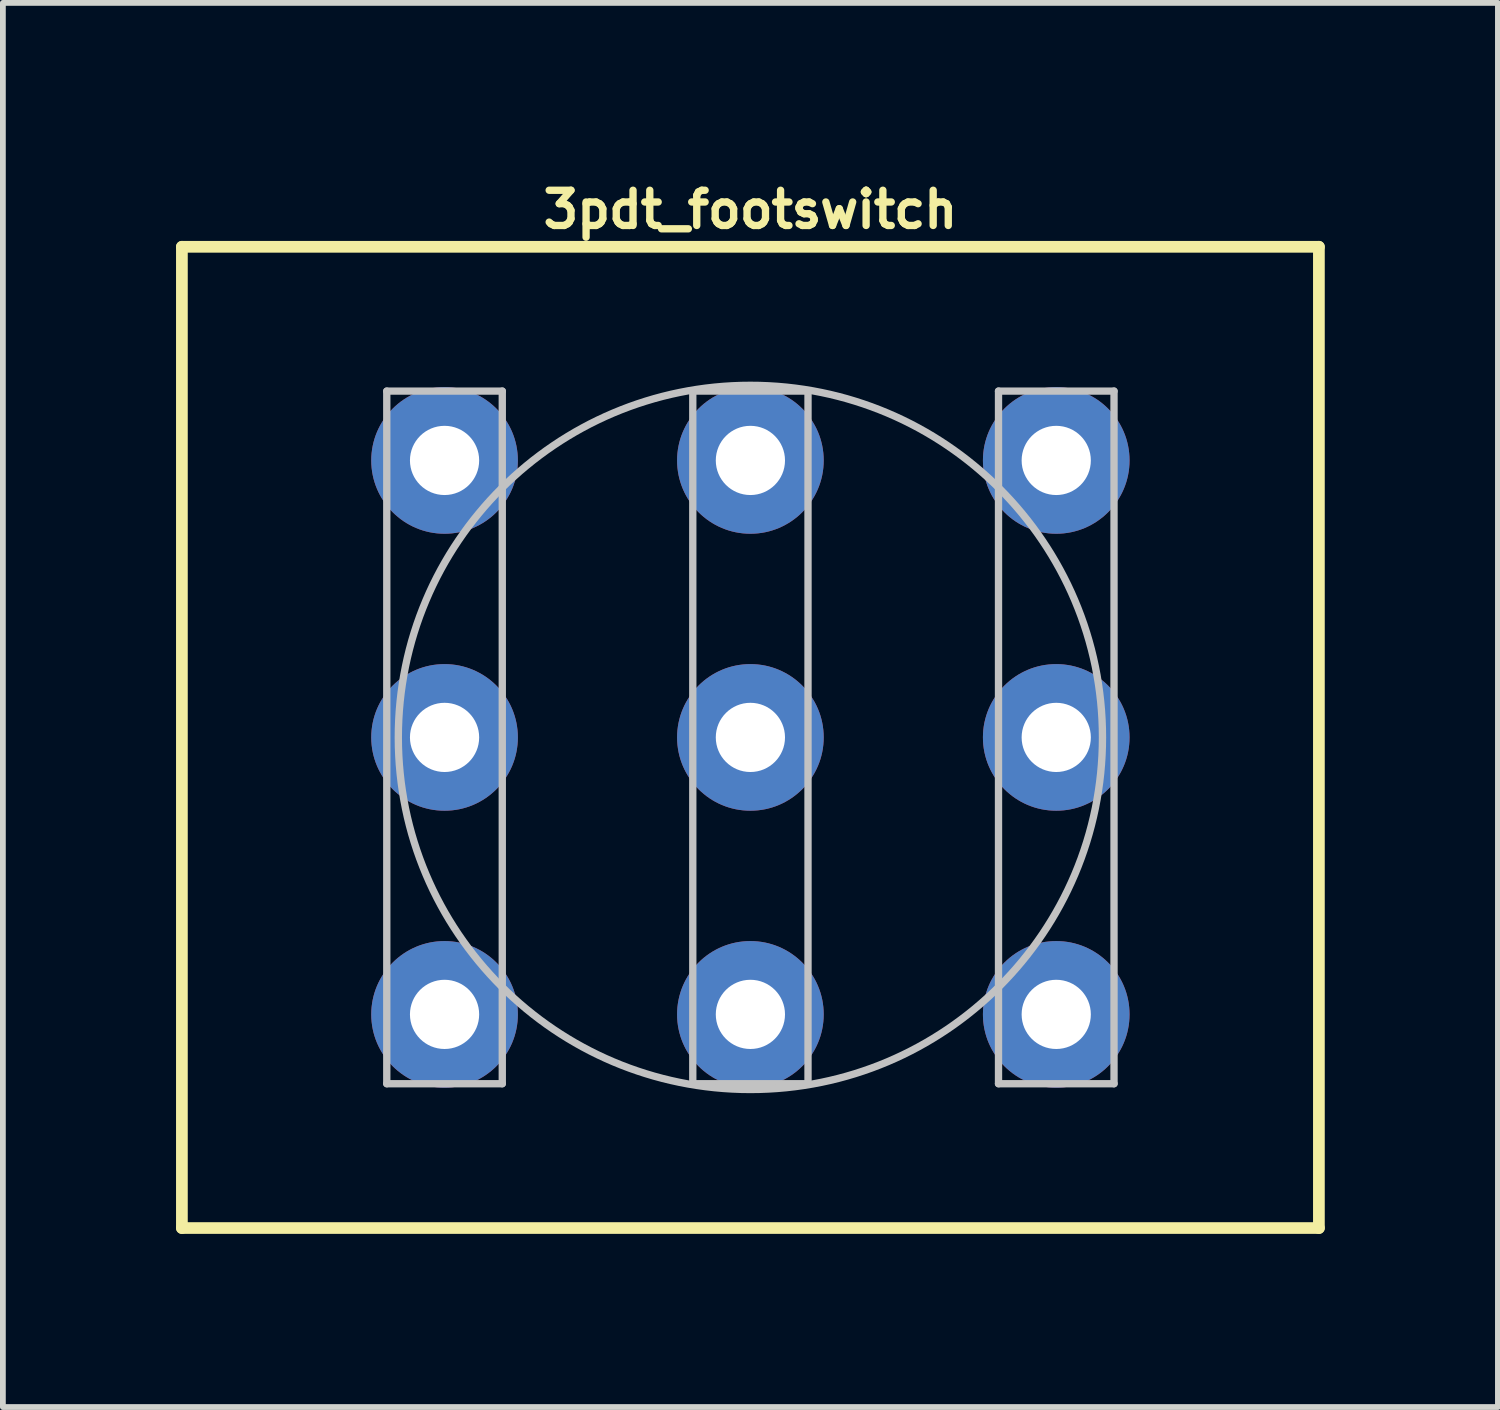
<source format=kicad_pcb>
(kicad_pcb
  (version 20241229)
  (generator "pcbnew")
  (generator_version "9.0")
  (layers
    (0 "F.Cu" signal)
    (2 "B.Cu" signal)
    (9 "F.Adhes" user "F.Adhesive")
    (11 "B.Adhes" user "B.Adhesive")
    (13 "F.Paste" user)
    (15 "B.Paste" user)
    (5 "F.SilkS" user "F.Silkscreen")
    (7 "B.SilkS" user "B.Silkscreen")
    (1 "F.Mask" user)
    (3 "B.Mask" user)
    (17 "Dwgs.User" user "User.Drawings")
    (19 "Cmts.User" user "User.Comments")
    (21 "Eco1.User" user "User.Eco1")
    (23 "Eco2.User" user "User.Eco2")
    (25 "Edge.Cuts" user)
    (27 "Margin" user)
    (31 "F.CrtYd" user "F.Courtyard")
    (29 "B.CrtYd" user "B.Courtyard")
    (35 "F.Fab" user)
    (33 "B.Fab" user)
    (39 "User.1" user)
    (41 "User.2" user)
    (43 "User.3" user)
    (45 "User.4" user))
  (footprint "3pdt_footswitch"
    (layer "F.Cu")
    (at 9.949 9.724)
    (property "Reference" "3pdt_footswitch" (at 0 -9.144 0) (layer "F.SilkS") (effects (font (size 0.61 0.61) (thickness 0.127))))
    (attr exclude_from_pos_files exclude_from_bom)
    (fp_line (start -9.848 -8.499) (end 9.848 -8.499) (stroke (width 0.203) (type solid)) (layer "F.SilkS"))
    (fp_line (start -9.848 8.499) (end -9.848 -8.499) (stroke (width 0.203) (type solid)) (layer "F.SilkS"))
    (fp_line (start 9.848 -8.499) (end 9.848 8.499) (stroke (width 0.203) (type solid)) (layer "F.SilkS"))
    (fp_line (start 9.848 8.499) (end -9.848 8.499) (stroke (width 0.203) (type solid)) (layer "F.SilkS"))
    (fp_line (start -6.299 -5.999) (end -6.299 5.999) (stroke (width 0.127) (type solid)) (layer "Dwgs.User"))
    (fp_line (start -6.299 5.999) (end -4.298 5.999) (stroke (width 0.127) (type solid)) (layer "Dwgs.User"))
    (fp_line (start -4.298 -5.999) (end -6.299 -5.999) (stroke (width 0.127) (type solid)) (layer "Dwgs.User"))
    (fp_line (start -4.298 5.999) (end -4.298 -5.999) (stroke (width 0.127) (type solid)) (layer "Dwgs.User"))
    (fp_line (start -0.998 -5.999) (end 0.998 -5.999) (stroke (width 0.127) (type solid)) (layer "Dwgs.User"))
    (fp_line (start -0.998 5.999) (end -0.998 -5.999) (stroke (width 0.127) (type solid)) (layer "Dwgs.User"))
    (fp_line (start 0.998 -5.999) (end 0.998 5.999) (stroke (width 0.127) (type solid)) (layer "Dwgs.User"))
    (fp_line (start 0.998 5.999) (end -0.998 5.999) (stroke (width 0.127) (type solid)) (layer "Dwgs.User"))
    (fp_line (start 4.298 -5.999) (end 4.298 5.999) (stroke (width 0.127) (type solid)) (layer "Dwgs.User"))
    (fp_line (start 4.298 5.999) (end 6.299 5.999) (stroke (width 0.127) (type solid)) (layer "Dwgs.User"))
    (fp_line (start 6.299 -5.999) (end 4.298 -5.999) (stroke (width 0.127) (type solid)) (layer "Dwgs.User"))
    (fp_line (start 6.299 5.999) (end 6.299 -5.999) (stroke (width 0.127) (type solid)) (layer "Dwgs.User"))
    (fp_circle (center 0 0) (end 0 -6.099) (stroke (width 0.127) (type solid)) (fill no) (layer "Dwgs.User"))
    (pad "P$1" thru_hole circle (at -5.298 -4.798) (size 2.54 2.54) (drill 1.199) (layers "*.Cu" "*.Mask"))
    (pad "P$2" thru_hole circle (at -5.298 0) (size 2.54 2.54) (drill 1.199) (layers "*.Cu" "*.Mask"))
    (pad "P$3" thru_hole circle (at -5.298 4.798) (size 2.54 2.54) (drill 1.199) (layers "*.Cu" "*.Mask"))
    (pad "P$4" thru_hole circle (at 0 -4.798) (size 2.54 2.54) (drill 1.199) (layers "*.Cu" "*.Mask"))
    (pad "P$5" thru_hole circle (at 0 0) (size 2.54 2.54) (drill 1.199) (layers "*.Cu" "*.Mask"))
    (pad "P$6" thru_hole circle (at 0 4.798) (size 2.54 2.54) (drill 1.199) (layers "*.Cu" "*.Mask"))
    (pad "P$7" thru_hole circle (at 5.298 -4.798) (size 2.54 2.54) (drill 1.199) (layers "*.Cu" "*.Mask"))
    (pad "P$8" thru_hole circle (at 5.298 0) (size 2.54 2.54) (drill 1.199) (layers "*.Cu" "*.Mask"))
    (pad "P$9" thru_hole circle (at 5.298 4.798) (size 2.54 2.54) (drill 1.199) (layers "*.Cu" "*.Mask")))
  (gr_rect
    (start -3 -3)
    (end 22.898 21.324)
    (stroke (width 0.1) (type default))
    (fill no)
    (layer "Edge.Cuts")))
</source>
